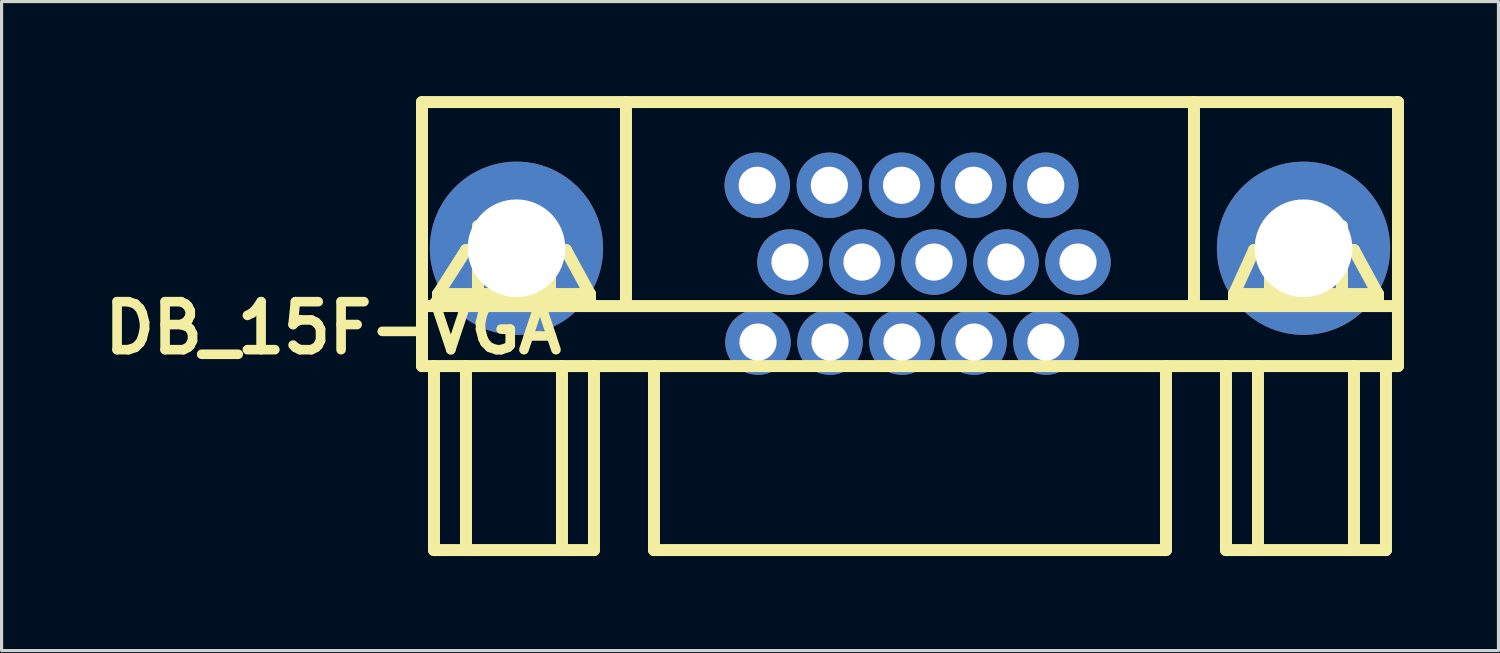
<source format=kicad_pcb>
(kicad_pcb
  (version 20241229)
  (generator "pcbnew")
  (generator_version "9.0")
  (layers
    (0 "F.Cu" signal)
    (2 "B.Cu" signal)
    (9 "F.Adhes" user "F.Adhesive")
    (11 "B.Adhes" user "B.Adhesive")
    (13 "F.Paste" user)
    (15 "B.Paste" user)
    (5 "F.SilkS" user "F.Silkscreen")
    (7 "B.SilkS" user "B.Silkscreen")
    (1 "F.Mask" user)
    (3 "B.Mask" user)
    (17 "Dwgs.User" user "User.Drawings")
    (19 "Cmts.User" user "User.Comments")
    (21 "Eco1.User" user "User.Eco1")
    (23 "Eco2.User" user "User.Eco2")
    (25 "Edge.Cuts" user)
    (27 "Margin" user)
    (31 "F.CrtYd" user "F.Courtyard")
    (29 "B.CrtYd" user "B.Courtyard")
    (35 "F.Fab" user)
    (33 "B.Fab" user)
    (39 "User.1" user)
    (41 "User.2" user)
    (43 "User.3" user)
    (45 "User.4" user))
  (footprint "DB_15F-VGA"
    (layer "F.Cu")
    (at 25.842 7.303)
    (property "Reference" "DB_15F-VGA" (at -18.316 0.06 0) (layer "F.SilkS") (effects (font (size 1.524 1.524) (thickness 0.305))))
    (attr through_hole)
    (fp_line (start -15.494 -0.635) (end 15.494 -0.635) (stroke (width 0.381) (type solid)) (layer "F.SilkS"))
    (fp_line (start -15.494 1.27) (end -15.494 -7.112) (stroke (width 0.381) (type solid)) (layer "F.SilkS"))
    (fp_line (start -15.494 1.27) (end 15.494 1.27) (stroke (width 0.381) (type solid)) (layer "F.SilkS"))
    (fp_line (start -15.113 1.27) (end -15.113 7.112) (stroke (width 0.381) (type solid)) (layer "F.SilkS"))
    (fp_line (start -15.113 7.112) (end -10.033 7.112) (stroke (width 0.381) (type solid)) (layer "F.SilkS"))
    (fp_line (start -14.986 -1.016) (end -14.986 -0.762) (stroke (width 0.381) (type solid)) (layer "F.SilkS"))
    (fp_line (start -14.986 -0.762) (end -10.16 -0.762) (stroke (width 0.381) (type solid)) (layer "F.SilkS"))
    (fp_line (start -14.097 -2.413) (end -14.986 -1.016) (stroke (width 0.381) (type solid)) (layer "F.SilkS"))
    (fp_line (start -14.097 -2.413) (end -10.922 -2.413) (stroke (width 0.381) (type solid)) (layer "F.SilkS"))
    (fp_line (start -14.097 1.27) (end -14.097 7.112) (stroke (width 0.381) (type solid)) (layer "F.SilkS"))
    (fp_line (start -13.716 -3.175) (end -11.43 -3.175) (stroke (width 0.381) (type solid)) (layer "F.SilkS"))
    (fp_line (start -13.716 -0.635) (end -13.716 -3.175) (stroke (width 0.381) (type solid)) (layer "F.SilkS"))
    (fp_line (start -11.43 -3.175) (end -11.43 -0.635) (stroke (width 0.381) (type solid)) (layer "F.SilkS"))
    (fp_line (start -11.049 1.27) (end -11.049 7.112) (stroke (width 0.381) (type solid)) (layer "F.SilkS"))
    (fp_line (start -10.922 -2.413) (end -10.16 -1.016) (stroke (width 0.381) (type solid)) (layer "F.SilkS"))
    (fp_line (start -10.16 -1.016) (end -14.986 -1.016) (stroke (width 0.381) (type solid)) (layer "F.SilkS"))
    (fp_line (start -10.16 -0.762) (end -10.16 -1.016) (stroke (width 0.381) (type solid)) (layer "F.SilkS"))
    (fp_line (start -10.033 1.27) (end -10.033 7.112) (stroke (width 0.381) (type solid)) (layer "F.SilkS"))
    (fp_line (start -9.017 -7.112) (end -9.017 -0.635) (stroke (width 0.381) (type solid)) (layer "F.SilkS"))
    (fp_line (start -8.128 1.27) (end -8.128 7.112) (stroke (width 0.381) (type solid)) (layer "F.SilkS"))
    (fp_line (start -8.128 7.112) (end 8.128 7.112) (stroke (width 0.381) (type solid)) (layer "F.SilkS"))
    (fp_line (start 8.128 7.112) (end 8.128 1.27) (stroke (width 0.381) (type solid)) (layer "F.SilkS"))
    (fp_line (start 9.017 -0.635) (end 9.017 -7.112) (stroke (width 0.381) (type solid)) (layer "F.SilkS"))
    (fp_line (start 10.033 1.27) (end 10.033 7.112) (stroke (width 0.381) (type solid)) (layer "F.SilkS"))
    (fp_line (start 10.033 7.112) (end 15.113 7.112) (stroke (width 0.381) (type solid)) (layer "F.SilkS"))
    (fp_line (start 10.287 -1.016) (end 10.287 -0.762) (stroke (width 0.381) (type solid)) (layer "F.SilkS"))
    (fp_line (start 10.287 -0.762) (end 14.859 -0.762) (stroke (width 0.381) (type solid)) (layer "F.SilkS"))
    (fp_line (start 10.922 -2.413) (end 10.287 -1.016) (stroke (width 0.381) (type solid)) (layer "F.SilkS"))
    (fp_line (start 10.922 -2.413) (end 14.097 -2.413) (stroke (width 0.381) (type solid)) (layer "F.SilkS"))
    (fp_line (start 11.049 1.27) (end 11.049 7.112) (stroke (width 0.381) (type solid)) (layer "F.SilkS"))
    (fp_line (start 11.43 -3.175) (end 13.716 -3.175) (stroke (width 0.381) (type solid)) (layer "F.SilkS"))
    (fp_line (start 11.43 -0.635) (end 11.43 -3.175) (stroke (width 0.381) (type solid)) (layer "F.SilkS"))
    (fp_line (start 13.716 -3.175) (end 13.716 -0.635) (stroke (width 0.381) (type solid)) (layer "F.SilkS"))
    (fp_line (start 14.097 -2.413) (end 14.859 -1.016) (stroke (width 0.381) (type solid)) (layer "F.SilkS"))
    (fp_line (start 14.097 1.27) (end 14.097 7.112) (stroke (width 0.381) (type solid)) (layer "F.SilkS"))
    (fp_line (start 14.859 -1.016) (end 10.287 -1.016) (stroke (width 0.381) (type solid)) (layer "F.SilkS"))
    (fp_line (start 14.859 -0.762) (end 14.859 -1.016) (stroke (width 0.381) (type solid)) (layer "F.SilkS"))
    (fp_line (start 15.113 7.112) (end 15.113 1.397) (stroke (width 0.381) (type solid)) (layer "F.SilkS"))
    (fp_line (start 15.494 -7.112) (end -15.494 -7.112) (stroke (width 0.381) (type solid)) (layer "F.SilkS"))
    (fp_line (start 15.494 -7.112) (end 15.494 1.27) (stroke (width 0.381) (type solid)) (layer "F.SilkS"))
    (pad "" thru_hole circle (at -12.494 -2.471) (size 5.5 5.5) (drill 3.1) (layers "*.Cu" "*.Mask"))
    (pad "" thru_hole circle (at 12.494 -2.471) (size 5.5 5.5) (drill 3.1) (layers "*.Cu" "*.Mask"))
    (pad "1" thru_hole circle (at 4.31 -4.47) (size 2.08 2.08) (drill 1.18) (layers "*.Cu" "*.Mask"))
    (pad "2" thru_hole circle (at 2.019 -4.47) (size 2.08 2.08) (drill 1.18) (layers "*.Cu" "*.Mask"))
    (pad "3" thru_hole circle (at -0.267 -4.47) (size 2.08 2.08) (drill 1.18) (layers "*.Cu" "*.Mask"))
    (pad "4" thru_hole circle (at -2.56 -4.47) (size 2.08 2.08) (drill 1.18) (layers "*.Cu" "*.Mask"))
    (pad "5" thru_hole circle (at -4.849 -4.47) (size 2.08 2.08) (drill 1.18) (layers "*.Cu" "*.Mask"))
    (pad "6" thru_hole circle (at 5.334 -2.032) (size 2.08 2.08) (drill 1.18) (layers "*.Cu" "*.Mask"))
    (pad "7" thru_hole circle (at 3.048 -2.032) (size 2.08 2.08) (drill 1.18) (layers "*.Cu" "*.Mask"))
    (pad "8" thru_hole circle (at 0.762 -2.032) (size 2.08 2.08) (drill 1.18) (layers "*.Cu" "*.Mask"))
    (pad "9" thru_hole circle (at -1.524 -2.032) (size 2.08 2.08) (drill 1.18) (layers "*.Cu" "*.Mask"))
    (pad "10" thru_hole circle (at -3.81 -2.032) (size 2.08 2.08) (drill 1.18) (layers "*.Cu" "*.Mask"))
    (pad "11" thru_hole circle (at 4.318 0.508) (size 2.08 2.08) (drill 1.18) (layers "*.Cu" "*.Mask"))
    (pad "12" thru_hole circle (at 2.032 0.508) (size 2.08 2.08) (drill 1.18) (layers "*.Cu" "*.Mask"))
    (pad "13" thru_hole circle (at -0.254 0.508) (size 2.08 2.08) (drill 1.18) (layers "*.Cu" "*.Mask"))
    (pad "14" thru_hole circle (at -2.54 0.508) (size 2.08 2.08) (drill 1.18) (layers "*.Cu" "*.Mask"))
    (pad "15" thru_hole circle (at -4.826 0.508) (size 2.08 2.08) (drill 1.18) (layers "*.Cu" "*.Mask")))
  (gr_rect
    (start -3 -3)
    (end 44.526 17.605)
    (stroke (width 0.1) (type default))
    (fill no)
    (layer "Edge.Cuts")))
</source>
